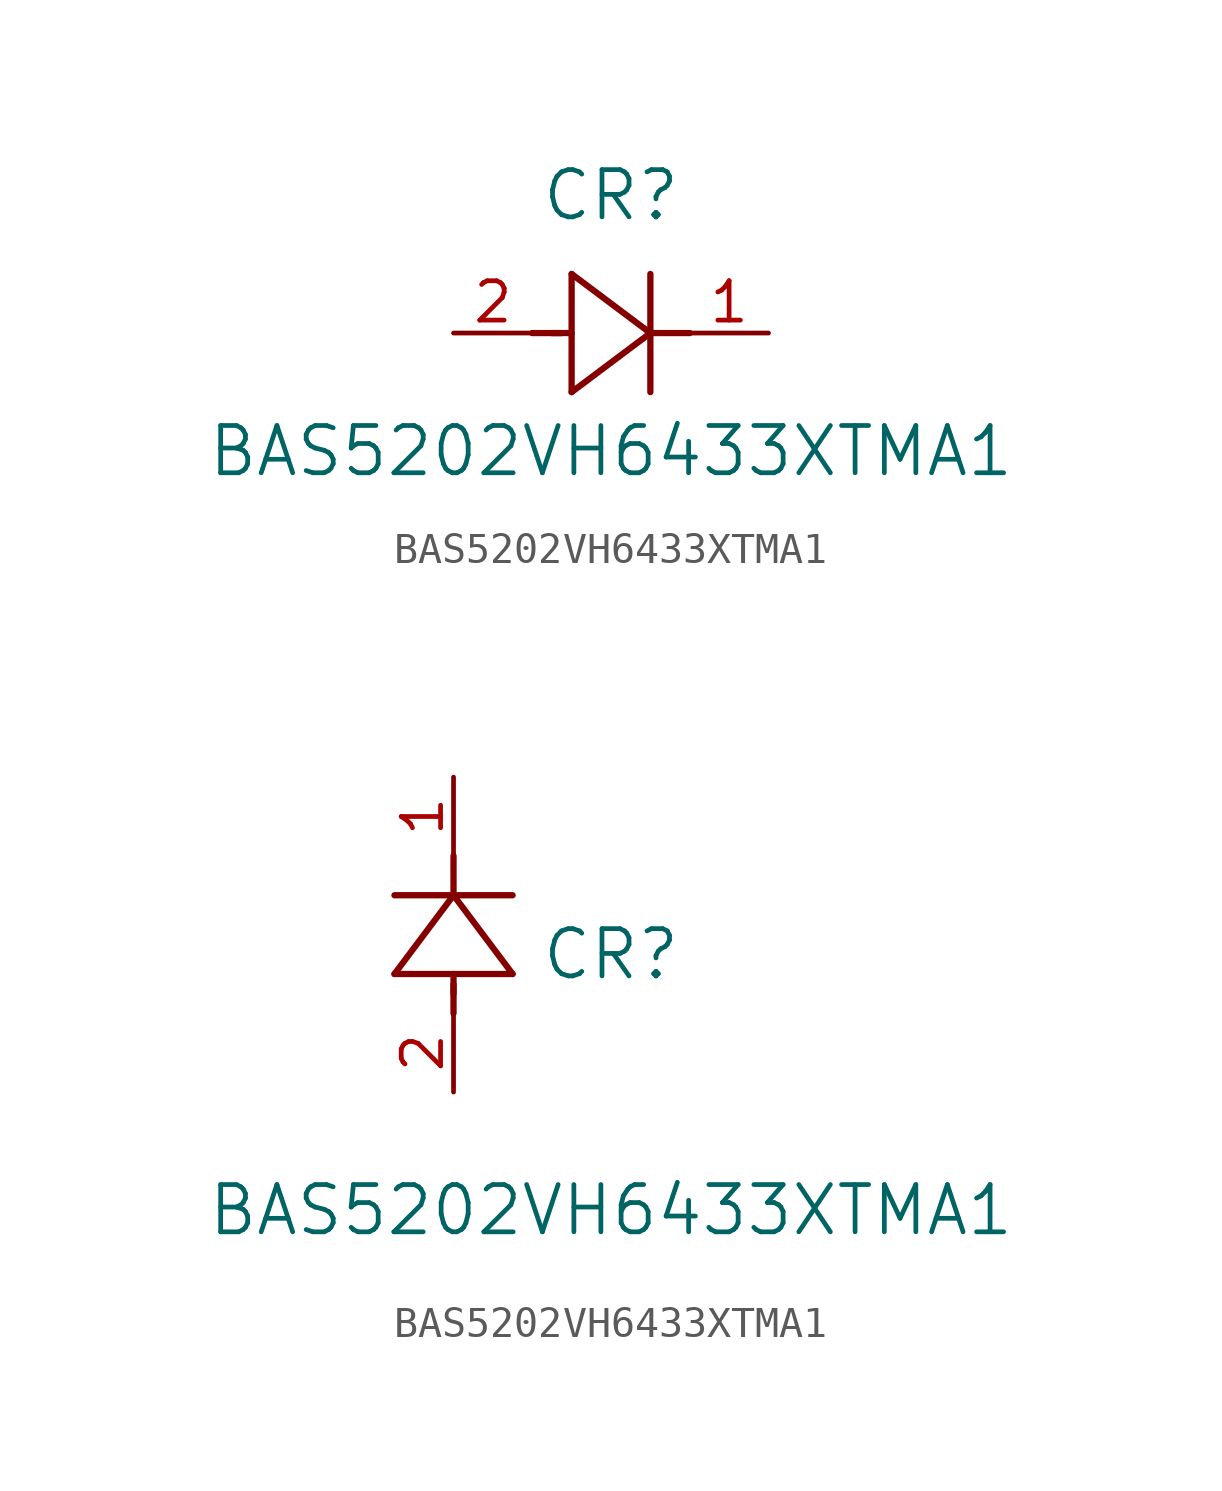
<source format=kicad_sym>
(kicad_symbol_lib
  (version 20211014)
  (generator kicad_symbol_editor)
  (symbol "BAS5202VH6433XTMA1"
    (pin_names
      (offset 0.254))
    (property "Reference" "CR"
      (at 5.08 4.445 0)
      (effects (font (size 1.524 1.524))))
    (property "Value" "BAS5202VH6433XTMA1"
      (at 5.08 -3.81 0)
      (effects (font (size 1.524 1.524))))
    (symbol "BAS5202VH6433XTMA1_1_1"
      (polyline (pts (xy 2.54 0) (xy 3.48 0)) (stroke (width 0.203) (type default) (color 0 0 0 0)) (fill (type none)))
      (polyline (pts (xy 3.81 1.905) (xy 3.81 -1.905)) (stroke (width 0.203) (type default) (color 0 0 0 0)) (fill (type none)))
      (polyline (pts (xy 3.175 0) (xy 3.81 0)) (stroke (width 0.203) (type default) (color 0 0 0 0)) (fill (type none)))
      (polyline (pts (xy 6.35 -1.905) (xy 6.35 1.905)) (stroke (width 0.203) (type default) (color 0 0 0 0)) (fill (type none)))
      (polyline (pts (xy 6.35 0) (xy 7.62 0)) (stroke (width 0.203) (type default) (color 0 0 0 0)) (fill (type none)))
      (polyline (pts (xy 6.35 0) (xy 3.81 1.905)) (stroke (width 0.203) (type default) (color 0 0 0 0)) (fill (type none)))
      (polyline (pts (xy 3.81 -1.905) (xy 6.35 0)) (stroke (width 0.203) (type default) (color 0 0 0 0)) (fill (type none)))
      (pin unspecified line (at 0 0 0) (length 2.54) (name "" (effects (font (size 1.27 1.27)))) (number "2" (effects (font (size 1.27 1.27)))))
      (pin unspecified line (at 10.16 0 180) (length 2.54) (name "" (effects (font (size 1.27 1.27)))) (number "1" (effects (font (size 1.27 1.27))))))
    (symbol "BAS5202VH6433XTMA1_1_2"
      (polyline (pts (xy 0 2.54) (xy 0 3.48)) (stroke (width 0.203) (type default) (color 0 0 0 0)) (fill (type none)))
      (polyline (pts (xy -1.905 3.81) (xy 1.905 3.81)) (stroke (width 0.203) (type default) (color 0 0 0 0)) (fill (type none)))
      (polyline (pts (xy 0 3.175) (xy 0 3.81)) (stroke (width 0.203) (type default) (color 0 0 0 0)) (fill (type none)))
      (polyline (pts (xy 1.905 6.35) (xy -1.905 6.35)) (stroke (width 0.203) (type default) (color 0 0 0 0)) (fill (type none)))
      (polyline (pts (xy 0 6.35) (xy 0 7.62)) (stroke (width 0.203) (type default) (color 0 0 0 0)) (fill (type none)))
      (polyline (pts (xy 0 6.35) (xy -1.905 3.81)) (stroke (width 0.203) (type default) (color 0 0 0 0)) (fill (type none)))
      (polyline (pts (xy 1.905 3.81) (xy 0 6.35)) (stroke (width 0.203) (type default) (color 0 0 0 0)) (fill (type none)))
      (pin unspecified line (at 0 0 90) (length 2.54) (name "" (effects (font (size 1.27 1.27)))) (number "2" (effects (font (size 1.27 1.27)))))
      (pin unspecified line (at 0 10.16 270) (length 2.54) (name "" (effects (font (size 1.27 1.27)))) (number "1" (effects (font (size 1.27 1.27))))))))
</source>
